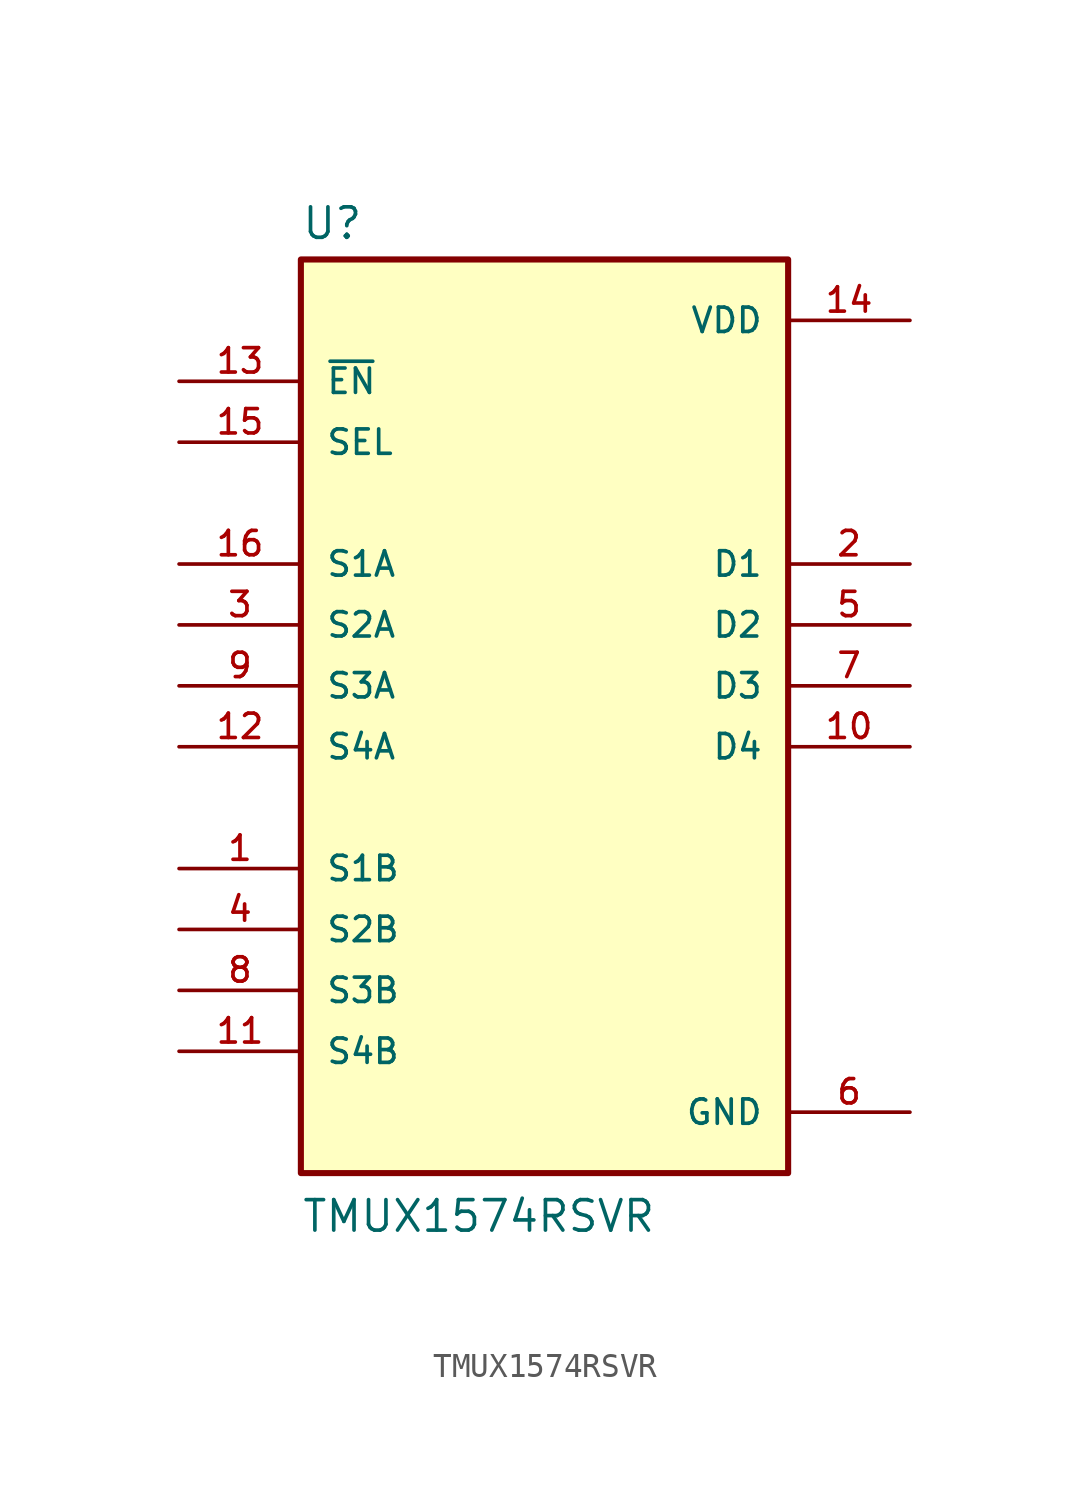
<source format=kicad_sym>
(kicad_symbol_lib
  (version 20220914)
  (generator kicad_symbol_editor)
  (symbol "TMUX1574RSVR"
    (pin_names
      (offset 1.016))
    (property "Reference" "U"
      (at -10.16 21.082 0)
      (effects (font (size 1.27 1.27)) (justify left bottom)))
    (property "Value" "TMUX1574RSVR"
      (at -10.16 -20.32 0)
      (effects (font (size 1.27 1.27)) (justify left bottom)))
    (symbol "TMUX1574RSVR_0_0"
      (rectangle (start -10.16 20.32) (end 10.16 -17.78) (stroke (width 0.254) (type default)) (fill (type background)))
      (pin bidirectional line (at -15.24 -5.08 0) (length 5.08) (name "S1B" (effects (font (size 1.016 1.016)))) (number "1" (effects (font (size 1.016 1.016)))))
      (pin bidirectional line (at 15.24 0 180) (length 5.08) (name "D4" (effects (font (size 1.016 1.016)))) (number "10" (effects (font (size 1.016 1.016)))))
      (pin bidirectional line (at -15.24 -12.7 0) (length 5.08) (name "S4B" (effects (font (size 1.016 1.016)))) (number "11" (effects (font (size 1.016 1.016)))))
      (pin bidirectional line (at -15.24 0 0) (length 5.08) (name "S4A" (effects (font (size 1.016 1.016)))) (number "12" (effects (font (size 1.016 1.016)))))
      (pin input line (at -15.24 15.24 0) (length 5.08) (name "~{EN}" (effects (font (size 1.016 1.016)))) (number "13" (effects (font (size 1.016 1.016)))))
      (pin power_in line (at 15.24 17.78 180) (length 5.08) (name "VDD" (effects (font (size 1.016 1.016)))) (number "14" (effects (font (size 1.016 1.016)))))
      (pin input line (at -15.24 12.7 0) (length 5.08) (name "SEL" (effects (font (size 1.016 1.016)))) (number "15" (effects (font (size 1.016 1.016)))))
      (pin bidirectional line (at -15.24 7.62 0) (length 5.08) (name "S1A" (effects (font (size 1.016 1.016)))) (number "16" (effects (font (size 1.016 1.016)))))
      (pin bidirectional line (at 15.24 7.62 180) (length 5.08) (name "D1" (effects (font (size 1.016 1.016)))) (number "2" (effects (font (size 1.016 1.016)))))
      (pin bidirectional line (at -15.24 5.08 0) (length 5.08) (name "S2A" (effects (font (size 1.016 1.016)))) (number "3" (effects (font (size 1.016 1.016)))))
      (pin bidirectional line (at -15.24 -7.62 0) (length 5.08) (name "S2B" (effects (font (size 1.016 1.016)))) (number "4" (effects (font (size 1.016 1.016)))))
      (pin bidirectional line (at 15.24 5.08 180) (length 5.08) (name "D2" (effects (font (size 1.016 1.016)))) (number "5" (effects (font (size 1.016 1.016)))))
      (pin power_in line (at 15.24 -15.24 180) (length 5.08) (name "GND" (effects (font (size 1.016 1.016)))) (number "6" (effects (font (size 1.016 1.016)))))
      (pin bidirectional line (at 15.24 2.54 180) (length 5.08) (name "D3" (effects (font (size 1.016 1.016)))) (number "7" (effects (font (size 1.016 1.016)))))
      (pin bidirectional line (at -15.24 -10.16 0) (length 5.08) (name "S3B" (effects (font (size 1.016 1.016)))) (number "8" (effects (font (size 1.016 1.016)))))
      (pin bidirectional line (at -15.24 2.54 0) (length 5.08) (name "S3A" (effects (font (size 1.016 1.016)))) (number "9" (effects (font (size 1.016 1.016))))))))
</source>
